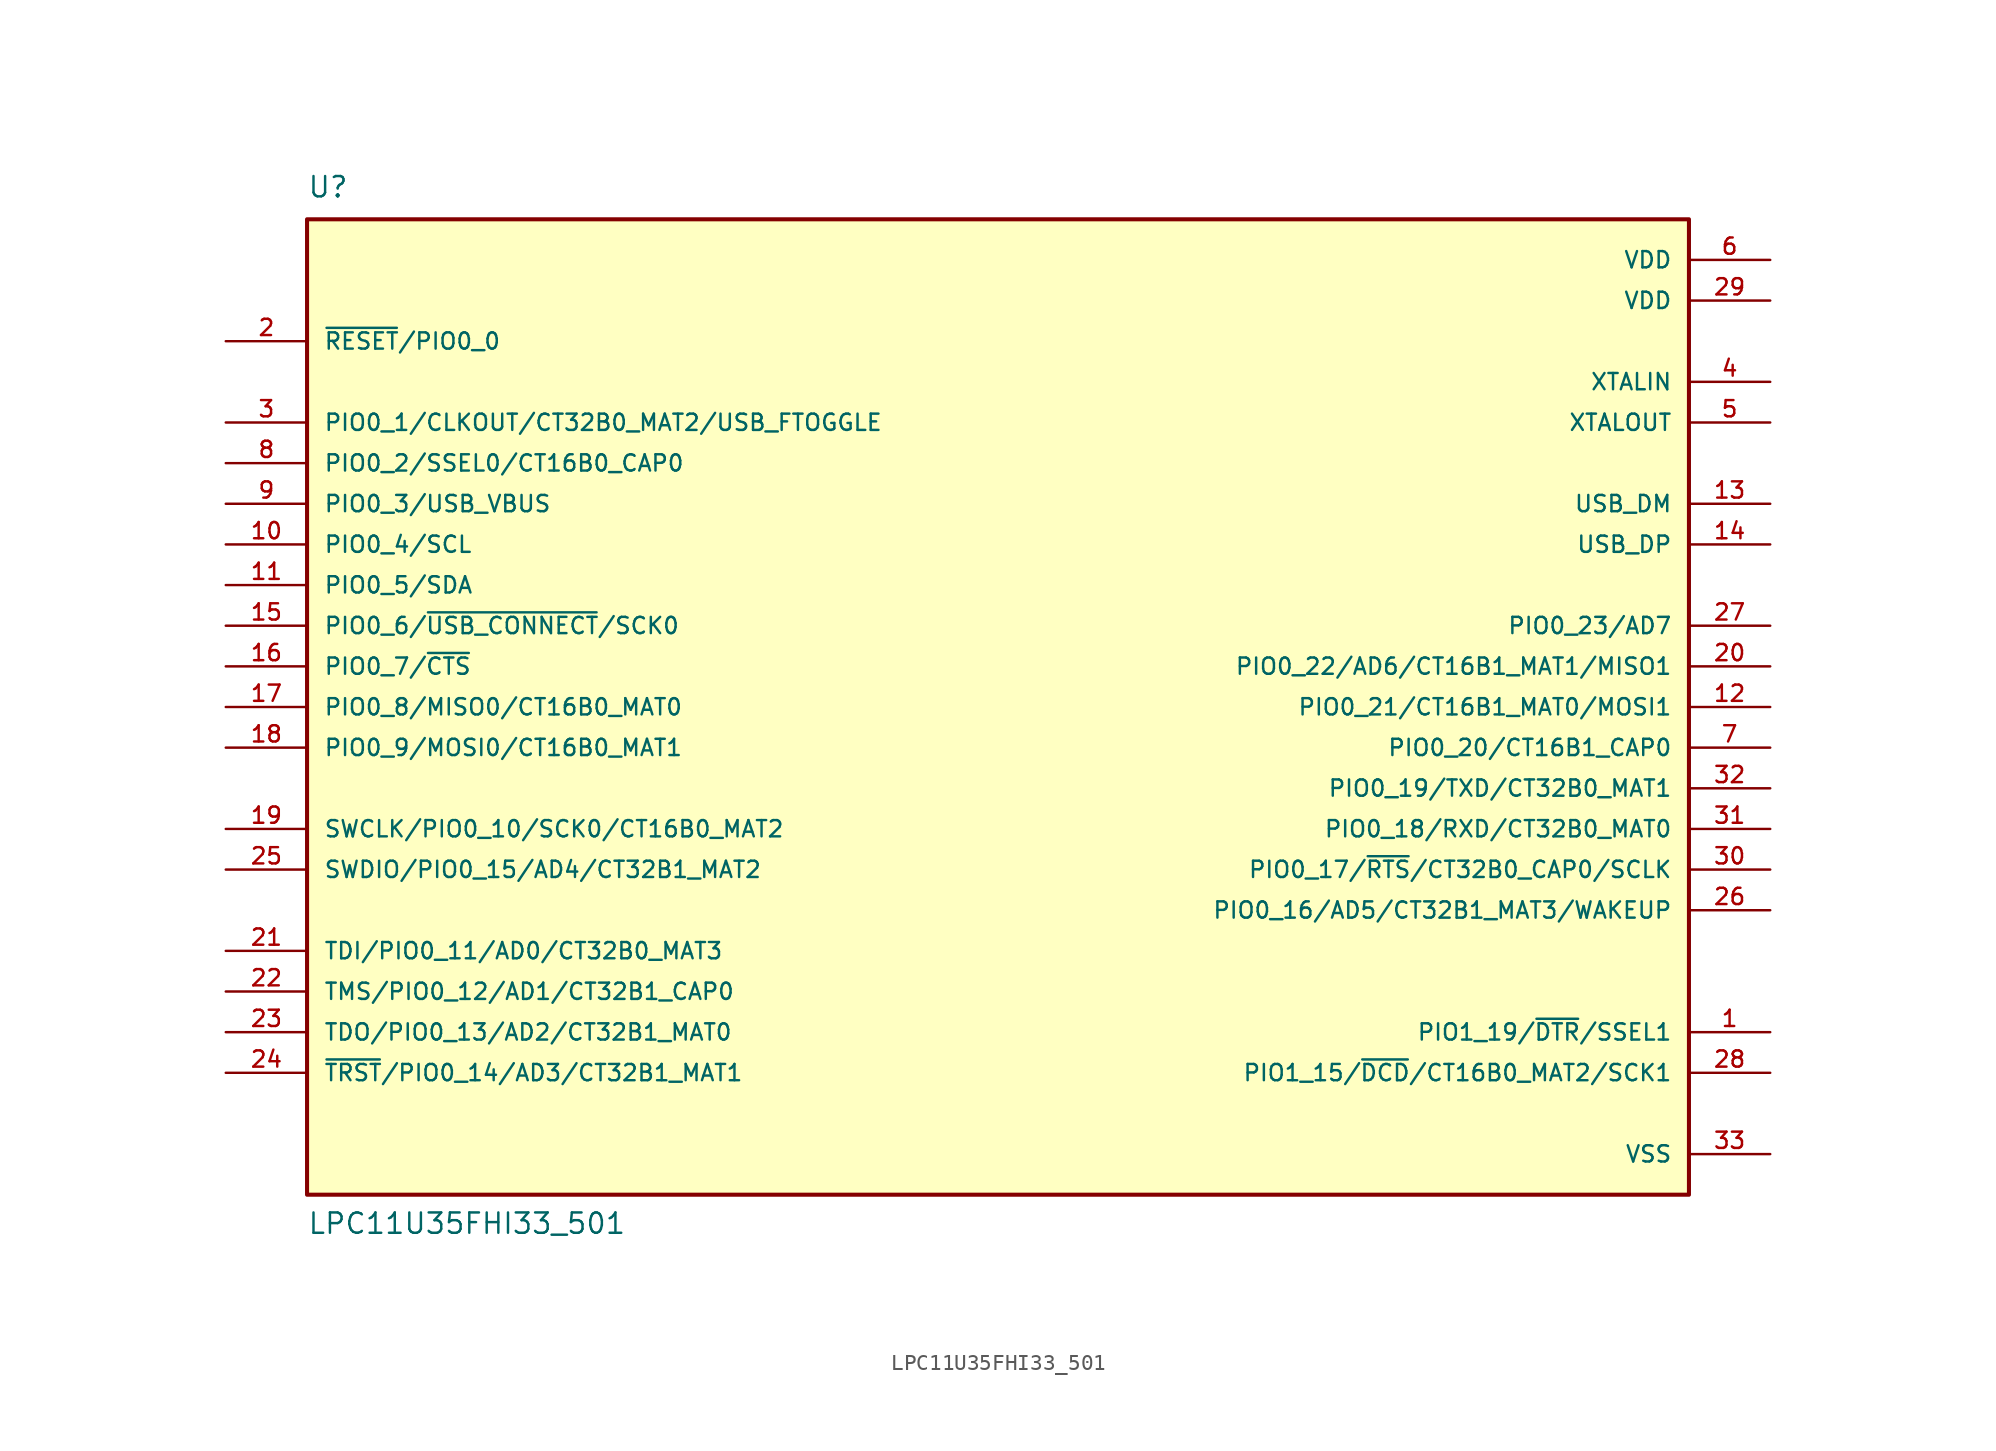
<source format=kicad_sym>
(kicad_symbol_lib
  (version 20231120)
  (generator "kicad_symbol_editor")
  (generator_version "8.0")
  (symbol "LPC11U35FHI33_501"
    (pin_names
      (offset 1.016))
    (property "Reference" "U"
      (at -43.18 31.75 0)
      (effects (font (size 1.27 1.27)) (justify left bottom)))
    (property "Value" "LPC11U35FHI33_501"
      (at -43.18 -33.02 0)
      (effects (font (size 1.27 1.27)) (justify left bottom)))
    (symbol "LPC11U35FHI33_501_0_0"
      (rectangle (start -43.18 30.48) (end 43.18 -30.48) (stroke (width 0.254) (type default)) (fill (type background)))
      (pin bidirectional line (at 48.26 -20.32 180) (length 5.08) (name "PIO1_19/~{DTR}/SSEL1" (effects (font (size 1.016 1.016)))) (number "1" (effects (font (size 1.016 1.016)))))
      (pin bidirectional line (at -48.26 10.16 0) (length 5.08) (name "PIO0_4/SCL" (effects (font (size 1.016 1.016)))) (number "10" (effects (font (size 1.016 1.016)))))
      (pin bidirectional line (at -48.26 7.62 0) (length 5.08) (name "PIO0_5/SDA" (effects (font (size 1.016 1.016)))) (number "11" (effects (font (size 1.016 1.016)))))
      (pin bidirectional line (at 48.26 0 180) (length 5.08) (name "PIO0_21/CT16B1_MAT0/MOSI1" (effects (font (size 1.016 1.016)))) (number "12" (effects (font (size 1.016 1.016)))))
      (pin bidirectional line (at 48.26 12.7 180) (length 5.08) (name "USB_DM" (effects (font (size 1.016 1.016)))) (number "13" (effects (font (size 1.016 1.016)))))
      (pin bidirectional line (at 48.26 10.16 180) (length 5.08) (name "USB_DP" (effects (font (size 1.016 1.016)))) (number "14" (effects (font (size 1.016 1.016)))))
      (pin bidirectional line (at -48.26 5.08 0) (length 5.08) (name "PIO0_6/~{USB_CONNECT}/SCK0" (effects (font (size 1.016 1.016)))) (number "15" (effects (font (size 1.016 1.016)))))
      (pin bidirectional line (at -48.26 2.54 0) (length 5.08) (name "PIO0_7/~{CTS}" (effects (font (size 1.016 1.016)))) (number "16" (effects (font (size 1.016 1.016)))))
      (pin bidirectional line (at -48.26 0 0) (length 5.08) (name "PIO0_8/MISO0/CT16B0_MAT0" (effects (font (size 1.016 1.016)))) (number "17" (effects (font (size 1.016 1.016)))))
      (pin bidirectional line (at -48.26 -2.54 0) (length 5.08) (name "PIO0_9/MOSI0/CT16B0_MAT1" (effects (font (size 1.016 1.016)))) (number "18" (effects (font (size 1.016 1.016)))))
      (pin bidirectional line (at -48.26 -7.62 0) (length 5.08) (name "SWCLK/PIO0_10/SCK0/CT16B0_MAT2" (effects (font (size 1.016 1.016)))) (number "19" (effects (font (size 1.016 1.016)))))
      (pin bidirectional line (at -48.26 22.86 0) (length 5.08) (name "~{RESET}/PIO0_0" (effects (font (size 1.016 1.016)))) (number "2" (effects (font (size 1.016 1.016)))))
      (pin bidirectional line (at 48.26 2.54 180) (length 5.08) (name "PIO0_22/AD6/CT16B1_MAT1/MISO1" (effects (font (size 1.016 1.016)))) (number "20" (effects (font (size 1.016 1.016)))))
      (pin bidirectional line (at -48.26 -15.24 0) (length 5.08) (name "TDI/PIO0_11/AD0/CT32B0_MAT3" (effects (font (size 1.016 1.016)))) (number "21" (effects (font (size 1.016 1.016)))))
      (pin bidirectional line (at -48.26 -17.78 0) (length 5.08) (name "TMS/PIO0_12/AD1/CT32B1_CAP0" (effects (font (size 1.016 1.016)))) (number "22" (effects (font (size 1.016 1.016)))))
      (pin bidirectional line (at -48.26 -20.32 0) (length 5.08) (name "TDO/PIO0_13/AD2/CT32B1_MAT0" (effects (font (size 1.016 1.016)))) (number "23" (effects (font (size 1.016 1.016)))))
      (pin bidirectional line (at -48.26 -22.86 0) (length 5.08) (name "~{TRST}/PIO0_14/AD3/CT32B1_MAT1" (effects (font (size 1.016 1.016)))) (number "24" (effects (font (size 1.016 1.016)))))
      (pin bidirectional line (at -48.26 -10.16 0) (length 5.08) (name "SWDIO/PIO0_15/AD4/CT32B1_MAT2" (effects (font (size 1.016 1.016)))) (number "25" (effects (font (size 1.016 1.016)))))
      (pin bidirectional line (at 48.26 -12.7 180) (length 5.08) (name "PIO0_16/AD5/CT32B1_MAT3/WAKEUP" (effects (font (size 1.016 1.016)))) (number "26" (effects (font (size 1.016 1.016)))))
      (pin bidirectional line (at 48.26 5.08 180) (length 5.08) (name "PIO0_23/AD7" (effects (font (size 1.016 1.016)))) (number "27" (effects (font (size 1.016 1.016)))))
      (pin bidirectional line (at 48.26 -22.86 180) (length 5.08) (name "PIO1_15/~{DCD}/CT16B0_MAT2/SCK1" (effects (font (size 1.016 1.016)))) (number "28" (effects (font (size 1.016 1.016)))))
      (pin power_in line (at 48.26 25.4 180) (length 5.08) (name "VDD" (effects (font (size 1.016 1.016)))) (number "29" (effects (font (size 1.016 1.016)))))
      (pin bidirectional line (at -48.26 17.78 0) (length 5.08) (name "PIO0_1/CLKOUT/CT32B0_MAT2/USB_FTOGGLE" (effects (font (size 1.016 1.016)))) (number "3" (effects (font (size 1.016 1.016)))))
      (pin bidirectional line (at 48.26 -10.16 180) (length 5.08) (name "PIO0_17/~{RTS}/CT32B0_CAP0/SCLK" (effects (font (size 1.016 1.016)))) (number "30" (effects (font (size 1.016 1.016)))))
      (pin bidirectional line (at 48.26 -7.62 180) (length 5.08) (name "PIO0_18/RXD/CT32B0_MAT0" (effects (font (size 1.016 1.016)))) (number "31" (effects (font (size 1.016 1.016)))))
      (pin bidirectional line (at 48.26 -5.08 180) (length 5.08) (name "PIO0_19/TXD/CT32B0_MAT1" (effects (font (size 1.016 1.016)))) (number "32" (effects (font (size 1.016 1.016)))))
      (pin power_in line (at 48.26 -27.94 180) (length 5.08) (name "VSS" (effects (font (size 1.016 1.016)))) (number "33" (effects (font (size 1.016 1.016)))))
      (pin input line (at 48.26 20.32 180) (length 5.08) (name "XTALIN" (effects (font (size 1.016 1.016)))) (number "4" (effects (font (size 1.016 1.016)))))
      (pin output line (at 48.26 17.78 180) (length 5.08) (name "XTALOUT" (effects (font (size 1.016 1.016)))) (number "5" (effects (font (size 1.016 1.016)))))
      (pin power_in line (at 48.26 27.94 180) (length 5.08) (name "VDD" (effects (font (size 1.016 1.016)))) (number "6" (effects (font (size 1.016 1.016)))))
      (pin bidirectional line (at 48.26 -2.54 180) (length 5.08) (name "PIO0_20/CT16B1_CAP0" (effects (font (size 1.016 1.016)))) (number "7" (effects (font (size 1.016 1.016)))))
      (pin bidirectional line (at -48.26 15.24 0) (length 5.08) (name "PIO0_2/SSEL0/CT16B0_CAP0" (effects (font (size 1.016 1.016)))) (number "8" (effects (font (size 1.016 1.016)))))
      (pin bidirectional line (at -48.26 12.7 0) (length 5.08) (name "PIO0_3/USB_VBUS" (effects (font (size 1.016 1.016)))) (number "9" (effects (font (size 1.016 1.016))))))))
</source>
